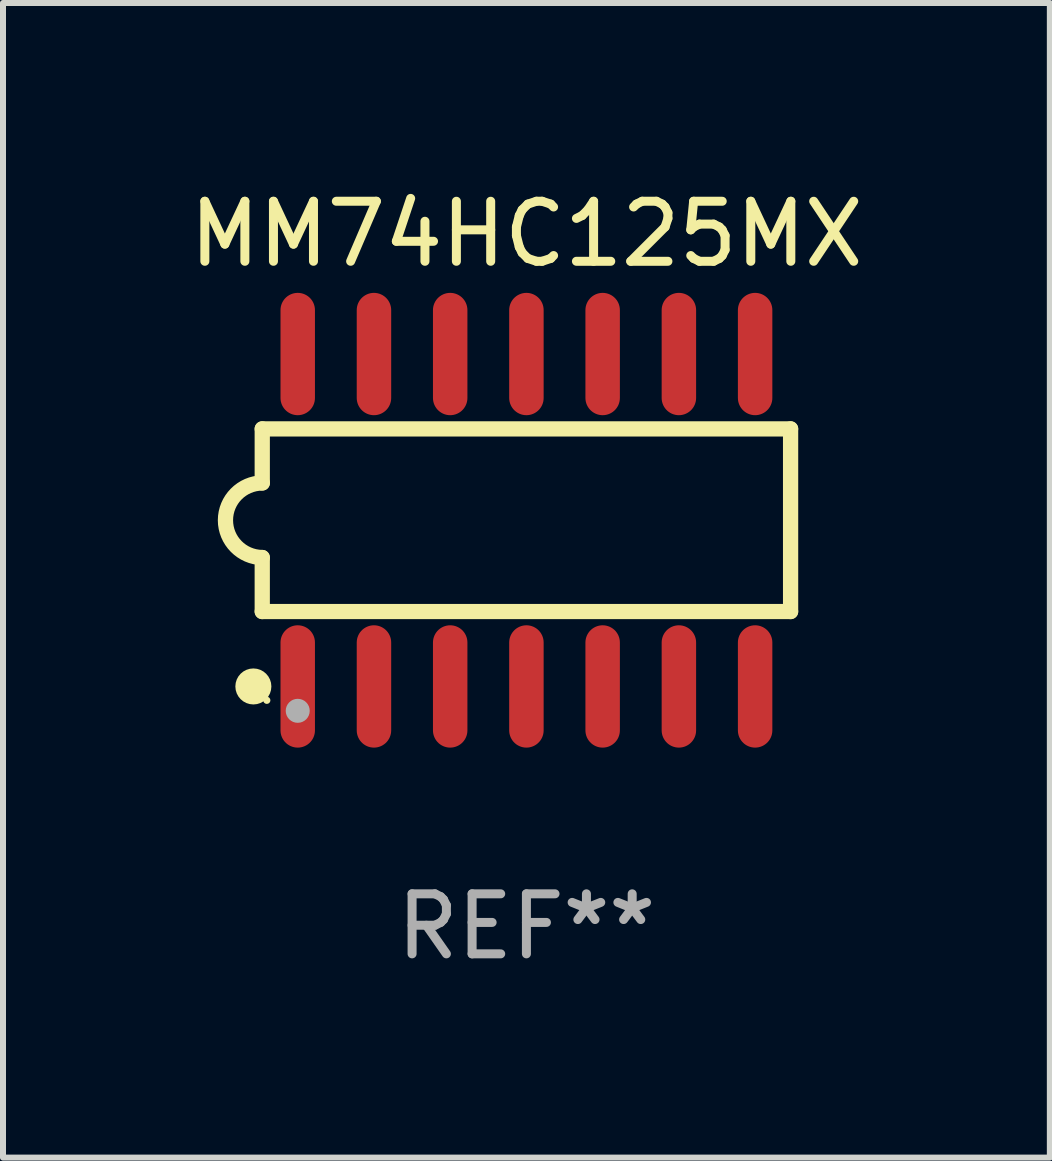
<source format=kicad_pcb>
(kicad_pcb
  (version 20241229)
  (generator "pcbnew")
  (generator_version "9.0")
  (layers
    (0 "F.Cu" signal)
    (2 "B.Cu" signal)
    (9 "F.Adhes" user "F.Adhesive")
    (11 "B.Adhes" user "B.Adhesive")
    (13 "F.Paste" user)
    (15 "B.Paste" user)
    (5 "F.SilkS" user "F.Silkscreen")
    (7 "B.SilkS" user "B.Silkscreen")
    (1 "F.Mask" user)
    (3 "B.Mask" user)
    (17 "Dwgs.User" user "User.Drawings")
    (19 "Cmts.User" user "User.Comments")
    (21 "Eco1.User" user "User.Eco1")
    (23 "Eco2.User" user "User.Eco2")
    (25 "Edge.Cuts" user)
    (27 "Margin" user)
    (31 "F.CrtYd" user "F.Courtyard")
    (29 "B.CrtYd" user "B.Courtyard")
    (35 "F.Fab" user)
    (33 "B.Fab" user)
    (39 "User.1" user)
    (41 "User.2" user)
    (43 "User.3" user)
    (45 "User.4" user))
  (footprint "MM74HC125MX"
    (layer "F.Cu")
    (at 5.72 5.617)
    (property "Reference" "MM74HC125MX" (at 0 -4.769 0) (layer "F.SilkS") (effects (font (size 1 1) (thickness 0.15))))
    (attr through_hole)
    (fp_line (start -4.401 -1.522) (end -4.401 -0.622) (stroke (width 0.254) (type solid)) (layer "F.SilkS"))
    (fp_line (start -4.401 -1.522) (end 4.401 -1.522) (stroke (width 0.254) (type solid)) (layer "F.SilkS"))
    (fp_line (start -4.401 1.521) (end -4.401 0.621) (stroke (width 0.254) (type solid)) (layer "F.SilkS"))
    (fp_line (start 4.401 -1.522) (end 4.401 1.521) (stroke (width 0.254) (type solid)) (layer "F.SilkS"))
    (fp_line (start 4.401 1.521) (end -4.401 1.521) (stroke (width 0.254) (type solid)) (layer "F.SilkS"))
    (fp_arc (start -4.401219 0.621311) (mid -5.021261 -0.000419) (end -4.400101 -0.621032) (stroke (width 0.254001) (type solid)) (layer "F.SilkS"))
    (fp_circle (center -4.549 2.769) (end -4.399 2.769) (stroke (width 0.3) (type solid)) (fill no) (layer "F.SilkS"))
    (fp_circle (center -4.325 3) (end -4.295 3) (stroke (width 0.06) (type solid)) (fill no) (layer "F.SilkS"))
    (fp_circle (center -3.81 3.175) (end -3.71 3.175) (stroke (width 0.2) (type solid)) (fill no) (layer "F.Fab"))
    (fp_text user "REF**" (at 0 6.769 0) (layer "F.Fab") (effects (font (size 1 1) (thickness 0.15))))
    (pad "1" smd oval (at -3.81 2.769) (size 0.574 2.038) (layers "F.Cu" "F.Mask" "F.Paste"))
    (pad "2" smd oval (at -2.54 2.769) (size 0.574 2.038) (layers "F.Cu" "F.Mask" "F.Paste"))
    (pad "3" smd oval (at -1.27 2.769) (size 0.574 2.038) (layers "F.Cu" "F.Mask" "F.Paste"))
    (pad "4" smd oval (at -0.000051 2.769) (size 0.574 2.038) (layers "F.Cu" "F.Mask" "F.Paste"))
    (pad "5" smd oval (at 1.27 2.769) (size 0.574 2.038) (layers "F.Cu" "F.Mask" "F.Paste"))
    (pad "6" smd oval (at 2.54 2.769) (size 0.574 2.038) (layers "F.Cu" "F.Mask" "F.Paste"))
    (pad "7" smd oval (at 3.81 2.769) (size 0.574 2.038) (layers "F.Cu" "F.Mask" "F.Paste"))
    (pad "8" smd oval (at 3.81 -2.769) (size 0.574 2.038) (layers "F.Cu" "F.Mask" "F.Paste"))
    (pad "9" smd oval (at 2.54 -2.769) (size 0.574 2.038) (layers "F.Cu" "F.Mask" "F.Paste"))
    (pad "10" smd oval (at 1.27 -2.769) (size 0.574 2.038) (layers "F.Cu" "F.Mask" "F.Paste"))
    (pad "11" smd oval (at -0.000051 -2.769) (size 0.574 2.038) (layers "F.Cu" "F.Mask" "F.Paste"))
    (pad "12" smd oval (at -1.27 -2.769) (size 0.574 2.038) (layers "F.Cu" "F.Mask" "F.Paste"))
    (pad "13" smd oval (at -2.54 -2.769) (size 0.574 2.038) (layers "F.Cu" "F.Mask" "F.Paste"))
    (pad "14" smd oval (at -3.81 -2.769) (size 0.574 2.038) (layers "F.Cu" "F.Mask" "F.Paste")))
  (gr_rect
    (start -3 -3)
    (end 14.44 16.235)
    (stroke (width 0.1) (type default))
    (fill no)
    (layer "Edge.Cuts")))
</source>
